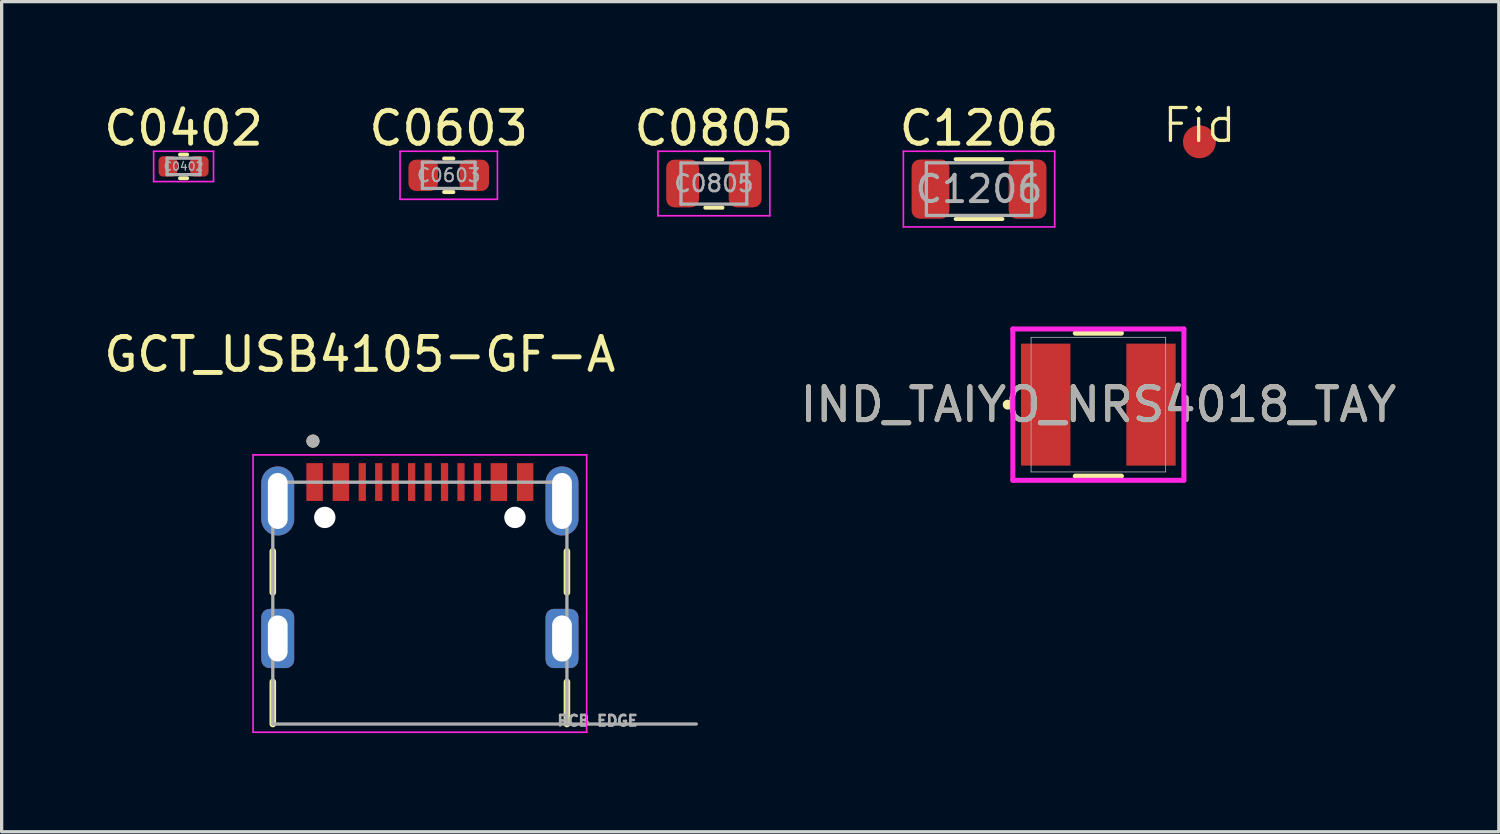
<source format=kicad_pcb>
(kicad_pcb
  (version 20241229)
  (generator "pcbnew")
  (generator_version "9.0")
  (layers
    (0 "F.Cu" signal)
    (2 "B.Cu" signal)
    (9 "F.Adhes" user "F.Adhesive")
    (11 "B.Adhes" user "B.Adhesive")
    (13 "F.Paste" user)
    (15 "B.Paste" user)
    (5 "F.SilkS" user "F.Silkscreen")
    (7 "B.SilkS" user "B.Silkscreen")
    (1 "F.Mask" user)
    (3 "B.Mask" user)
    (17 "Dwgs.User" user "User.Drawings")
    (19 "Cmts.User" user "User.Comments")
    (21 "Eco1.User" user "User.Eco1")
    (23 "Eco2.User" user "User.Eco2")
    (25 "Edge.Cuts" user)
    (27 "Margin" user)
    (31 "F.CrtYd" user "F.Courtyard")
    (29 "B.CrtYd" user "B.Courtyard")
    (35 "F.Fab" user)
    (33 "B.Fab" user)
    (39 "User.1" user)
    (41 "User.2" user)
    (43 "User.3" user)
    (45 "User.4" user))
  (footprint "C1206"
    (layer "F.Cu")
    (at 26.708 2.698)
    (property "Reference" "C1206" (at 0 -1.85 0) (layer "F.SilkS") (effects (font (size 1 1) (thickness 0.15))))
    (attr smd)
    (fp_line (start -0.711 -0.91) (end 0.711 -0.91) (stroke (width 0.12) (type solid)) (layer "F.SilkS"))
    (fp_line (start -0.711 0.91) (end 0.711 0.91) (stroke (width 0.12) (type solid)) (layer "F.SilkS"))
    (fp_line (start -2.3 -1.15) (end 2.3 -1.15) (stroke (width 0.05) (type solid)) (layer "F.CrtYd"))
    (fp_line (start -2.3 1.15) (end -2.3 -1.15) (stroke (width 0.05) (type solid)) (layer "F.CrtYd"))
    (fp_line (start 2.3 -1.15) (end 2.3 1.15) (stroke (width 0.05) (type solid)) (layer "F.CrtYd"))
    (fp_line (start 2.3 1.15) (end -2.3 1.15) (stroke (width 0.05) (type solid)) (layer "F.CrtYd"))
    (fp_line (start -1.6 -0.8) (end 1.6 -0.8) (stroke (width 0.1) (type solid)) (layer "F.Fab"))
    (fp_line (start -1.6 0.8) (end -1.6 -0.8) (stroke (width 0.1) (type solid)) (layer "F.Fab"))
    (fp_line (start 1.6 -0.8) (end 1.6 0.8) (stroke (width 0.1) (type solid)) (layer "F.Fab"))
    (fp_line (start 1.6 0.8) (end -1.6 0.8) (stroke (width 0.1) (type solid)) (layer "F.Fab"))
    (fp_text user "${REFERENCE}" (at 0 0 0) (layer "F.Fab") (effects (font (size 0.8 0.8) (thickness 0.12))))
    (pad "1" smd roundrect (at -1.475 0) (size 1.15 1.8) (layers "F.Cu" "F.Mask" "F.Paste") (roundrect_rratio 0.217))
    (pad "2" smd roundrect (at 1.475 0) (size 1.15 1.8) (layers "F.Cu" "F.Mask" "F.Paste") (roundrect_rratio 0.217)))
  (footprint "C0805"
    (layer "F.Cu")
    (at 18.649 2.528)
    (property "Reference" "C0805" (at 0 -1.68 0) (layer "F.SilkS") (effects (font (size 1 1) (thickness 0.15))))
    (attr smd)
    (fp_line (start -0.261 -0.735) (end 0.261 -0.735) (stroke (width 0.12) (type solid)) (layer "F.SilkS"))
    (fp_line (start -0.261 0.735) (end 0.261 0.735) (stroke (width 0.12) (type solid)) (layer "F.SilkS"))
    (fp_line (start -1.7 -0.98) (end 1.7 -0.98) (stroke (width 0.05) (type solid)) (layer "F.CrtYd"))
    (fp_line (start -1.7 0.98) (end -1.7 -0.98) (stroke (width 0.05) (type solid)) (layer "F.CrtYd"))
    (fp_line (start 1.7 -0.98) (end 1.7 0.98) (stroke (width 0.05) (type solid)) (layer "F.CrtYd"))
    (fp_line (start 1.7 0.98) (end -1.7 0.98) (stroke (width 0.05) (type solid)) (layer "F.CrtYd"))
    (fp_line (start -1 -0.625) (end 1 -0.625) (stroke (width 0.1) (type solid)) (layer "F.Fab"))
    (fp_line (start -1 0.625) (end -1 -0.625) (stroke (width 0.1) (type solid)) (layer "F.Fab"))
    (fp_line (start 1 -0.625) (end 1 0.625) (stroke (width 0.1) (type solid)) (layer "F.Fab"))
    (fp_line (start 1 0.625) (end -1 0.625) (stroke (width 0.1) (type solid)) (layer "F.Fab"))
    (fp_text user "${REFERENCE}" (at 0 0 0) (layer "F.Fab") (effects (font (size 0.5 0.5) (thickness 0.08))))
    (pad "1" smd roundrect (at -0.95 0) (size 1 1.45) (layers "F.Cu" "F.Mask" "F.Paste") (roundrect_rratio 0.25))
    (pad "2" smd roundrect (at 0.95 0) (size 1 1.45) (layers "F.Cu" "F.Mask" "F.Paste") (roundrect_rratio 0.25)))
  (footprint "C0603"
    (layer "F.Cu")
    (at 10.589 2.278)
    (property "Reference" "C0603" (at 0 -1.43 0) (layer "F.SilkS") (effects (font (size 1 1) (thickness 0.15))))
    (attr smd)
    (fp_line (start -0.141 -0.51) (end 0.141 -0.51) (stroke (width 0.12) (type solid)) (layer "F.SilkS"))
    (fp_line (start -0.141 0.51) (end 0.141 0.51) (stroke (width 0.12) (type solid)) (layer "F.SilkS"))
    (fp_line (start -1.48 -0.73) (end 1.48 -0.73) (stroke (width 0.05) (type solid)) (layer "F.CrtYd"))
    (fp_line (start -1.48 0.73) (end -1.48 -0.73) (stroke (width 0.05) (type solid)) (layer "F.CrtYd"))
    (fp_line (start 1.48 -0.73) (end 1.48 0.73) (stroke (width 0.05) (type solid)) (layer "F.CrtYd"))
    (fp_line (start 1.48 0.73) (end -1.48 0.73) (stroke (width 0.05) (type solid)) (layer "F.CrtYd"))
    (fp_line (start -0.8 -0.4) (end 0.8 -0.4) (stroke (width 0.1) (type solid)) (layer "F.Fab"))
    (fp_line (start -0.8 0.4) (end -0.8 -0.4) (stroke (width 0.1) (type solid)) (layer "F.Fab"))
    (fp_line (start 0.8 -0.4) (end 0.8 0.4) (stroke (width 0.1) (type solid)) (layer "F.Fab"))
    (fp_line (start 0.8 0.4) (end -0.8 0.4) (stroke (width 0.1) (type solid)) (layer "F.Fab"))
    (fp_text user "${REFERENCE}" (at 0 0 0) (layer "F.Fab") (effects (font (size 0.4 0.4) (thickness 0.06))))
    (pad "1" smd roundrect (at -0.775 0) (size 0.9 0.95) (layers "F.Cu" "F.Mask" "F.Paste") (roundrect_rratio 0.25))
    (pad "2" smd roundrect (at 0.775 0) (size 0.9 0.95) (layers "F.Cu" "F.Mask" "F.Paste") (roundrect_rratio 0.25)))
  (footprint "C0402"
    (layer "F.Cu")
    (at 2.53 2.008)
    (property "Reference" "C0402" (at 0 -1.16 0) (layer "F.SilkS") (effects (font (size 1 1) (thickness 0.15))))
    (attr smd)
    (fp_line (start -0.108 -0.36) (end 0.108 -0.36) (stroke (width 0.12) (type solid)) (layer "F.SilkS"))
    (fp_line (start -0.108 0.36) (end 0.108 0.36) (stroke (width 0.12) (type solid)) (layer "F.SilkS"))
    (fp_line (start -0.91 -0.46) (end 0.91 -0.46) (stroke (width 0.05) (type solid)) (layer "F.CrtYd"))
    (fp_line (start -0.91 0.46) (end -0.91 -0.46) (stroke (width 0.05) (type solid)) (layer "F.CrtYd"))
    (fp_line (start 0.91 -0.46) (end 0.91 0.46) (stroke (width 0.05) (type solid)) (layer "F.CrtYd"))
    (fp_line (start 0.91 0.46) (end -0.91 0.46) (stroke (width 0.05) (type solid)) (layer "F.CrtYd"))
    (fp_line (start -0.5 -0.25) (end 0.5 -0.25) (stroke (width 0.1) (type solid)) (layer "F.Fab"))
    (fp_line (start -0.5 0.25) (end -0.5 -0.25) (stroke (width 0.1) (type solid)) (layer "F.Fab"))
    (fp_line (start 0.5 -0.25) (end 0.5 0.25) (stroke (width 0.1) (type solid)) (layer "F.Fab"))
    (fp_line (start 0.5 0.25) (end -0.5 0.25) (stroke (width 0.1) (type solid)) (layer "F.Fab"))
    (fp_text user "${REFERENCE}" (at 0 0 0) (layer "F.Fab") (effects (font (size 0.25 0.25) (thickness 0.04))))
    (pad "1" smd roundrect (at -0.48 0) (size 0.56 0.62) (layers "F.Cu" "F.Mask" "F.Paste") (roundrect_rratio 0.25))
    (pad "2" smd roundrect (at 0.48 0) (size 0.56 0.62) (layers "F.Cu" "F.Mask" "F.Paste") (roundrect_rratio 0.25)))
  (footprint "Fid"
    (layer "F.Cu")
    (at 33.407 1.26)
    (property "Reference" "Fid" (at 0 -0.5 0) (unlocked yes) (layer "F.SilkS") (effects (font (size 1 1) (thickness 0.1))))
    (attr smd)
    (pad "1" smd circle (at 0 0) (size 1 1) (property pad_prop_fiducial_glob) (layers "F.Cu" "F.Mask")))
  (footprint "GCT_USB4105-GF-A"
    (layer "F.Cu")
    (at 9.712 16.357)
    (property "Reference" "GCT_USB4105-GF-A" (at -1.825 -8.635 0) (layer "F.SilkS") (effects (font (size 1 1) (thickness 0.15))))
    (attr smd)
    (fp_line (start -4.47 -2.65) (end -4.47 -1.4) (stroke (width 0.2) (type solid)) (layer "F.SilkS"))
    (fp_line (start -4.47 1.32) (end -4.47 2.6) (stroke (width 0.2) (type solid)) (layer "F.SilkS"))
    (fp_line (start 4.47 -2.65) (end 4.47 -1.4) (stroke (width 0.2) (type solid)) (layer "F.SilkS"))
    (fp_line (start 4.47 2.6) (end 4.47 1.32) (stroke (width 0.2) (type solid)) (layer "F.SilkS"))
    (fp_circle (center -3.25 -6) (end -3.15 -6) (stroke (width 0.2) (type solid)) (fill no) (layer "F.SilkS"))
    (fp_line (start -5.07 -5.58) (end -5.07 2.85) (stroke (width 0.05) (type solid)) (layer "F.CrtYd"))
    (fp_line (start -5.07 2.85) (end 5.07 2.85) (stroke (width 0.05) (type solid)) (layer "F.CrtYd"))
    (fp_line (start 5.07 -5.58) (end -5.07 -5.58) (stroke (width 0.05) (type solid)) (layer "F.CrtYd"))
    (fp_line (start 5.07 2.85) (end 5.07 -5.58) (stroke (width 0.05) (type solid)) (layer "F.CrtYd"))
    (fp_line (start -4.47 -4.75) (end 4.47 -4.75) (stroke (width 0.1) (type solid)) (layer "F.Fab"))
    (fp_line (start -4.47 2.6) (end -4.47 -4.75) (stroke (width 0.1) (type solid)) (layer "F.Fab"))
    (fp_line (start 4.47 -4.75) (end 4.47 2.6) (stroke (width 0.1) (type solid)) (layer "F.Fab"))
    (fp_line (start 4.47 2.6) (end -4.47 2.6) (stroke (width 0.1) (type solid)) (layer "F.Fab"))
    (fp_line (start 4.47 2.6) (end 8.4 2.6) (stroke (width 0.1) (type solid)) (layer "F.Fab"))
    (fp_circle (center -3.25 -6) (end -3.15 -6) (stroke (width 0.2) (type solid)) (fill no) (layer "F.Fab"))
    (fp_text user "PCB EDGE" (at 5.4 2.5 0) (layer "F.Fab") (effects (font (size 0.32 0.32) (thickness 0.08))))
    (pad "" np_thru_hole circle (at -2.89 -3.68) (size 0.65 0.65) (drill 0.65) (layers "*.Cu" "*.Mask"))
    (pad "" np_thru_hole circle (at 2.89 -3.68) (size 0.65 0.65) (drill 0.65) (layers "*.Cu" "*.Mask"))
    (pad "A1_B12" smd rect (at -3.2 -4.755) (size 0.5 1.15) (layers "F.Cu" "F.Mask" "F.Paste"))
    (pad "A4_B9" smd rect (at -2.4 -4.755) (size 0.5 1.15) (layers "F.Cu" "F.Mask" "F.Paste"))
    (pad "A5" smd rect (at -1.25 -4.755) (size 0.22 1.15) (layers "F.Cu" "F.Mask" "F.Paste"))
    (pad "A6" smd rect (at -0.25 -4.755) (size 0.22 1.15) (layers "F.Cu" "F.Mask" "F.Paste"))
    (pad "A7" smd rect (at 0.25 -4.755) (size 0.22 1.15) (layers "F.Cu" "F.Mask" "F.Paste"))
    (pad "A8" smd rect (at 1.25 -4.755) (size 0.22 1.15) (layers "F.Cu" "F.Mask" "F.Paste"))
    (pad "B1_A12" smd rect (at 3.2 -4.755) (size 0.5 1.15) (layers "F.Cu" "F.Mask" "F.Paste"))
    (pad "B4_A9" smd rect (at 2.4 -4.755) (size 0.5 1.15) (layers "F.Cu" "F.Mask" "F.Paste"))
    (pad "B5" smd rect (at 1.75 -4.755) (size 0.22 1.15) (layers "F.Cu" "F.Mask" "F.Paste"))
    (pad "B6" smd rect (at 0.75 -4.755) (size 0.22 1.15) (layers "F.Cu" "F.Mask" "F.Paste"))
    (pad "B7" smd rect (at -0.75 -4.755) (size 0.22 1.15) (layers "F.Cu" "F.Mask" "F.Paste"))
    (pad "B8" smd rect (at -1.75 -4.755) (size 0.22 1.15) (layers "F.Cu" "F.Mask" "F.Paste"))
    (pad "SH1" thru_hole oval (at -4.32 -4.18) (size 1 2.1) (drill oval 0.6 1.7) (layers "*.Cu" "*.Mask"))
    (pad "SH2" thru_hole oval (at 4.32 -4.18) (size 1 2.1) (drill oval 0.6 1.7) (layers "*.Cu" "*.Mask"))
    (pad "SH3" thru_hole roundrect (at -4.32 0) (size 1 1.8) (drill oval 0.6 1.4) (layers "*.Cu" "*.Mask") (roundrect_rratio 0.25))
    (pad "SH4" thru_hole roundrect (at 4.32 0) (size 1 1.8) (drill oval 0.6 1.4) (layers "*.Cu" "*.Mask") (roundrect_rratio 0.25)))
  (footprint "IND_TAIYO_NRS4018_TAY"
    (layer "F.Cu")
    (at 30.335 9.249)
    (property "Reference" "IND_TAIYO_NRS4018_TAY" (at 0 0 0) (unlocked yes) (layer "F.SilkS") (effects (font (size 1 1) (thickness 0.15))))
    (attr smd)
    (fp_line (start -0.701 2.172) (end 0.701 2.172) (stroke (width 0.152) (type solid)) (layer "F.SilkS"))
    (fp_line (start 0.701 -2.172) (end -0.701 -2.172) (stroke (width 0.152) (type solid)) (layer "F.SilkS"))
    (fp_circle (center -2.756 0) (end -2.68 0) (stroke (width 0.152) (type solid)) (fill no) (layer "F.SilkS"))
    (fp_line (start -2.6 -2.3) (end 2.6 -2.3) (stroke (width 0.152) (type solid)) (layer "F.CrtYd"))
    (fp_line (start -2.6 2.3) (end -2.6 -2.3) (stroke (width 0.152) (type solid)) (layer "F.CrtYd"))
    (fp_line (start 2.6 -2.3) (end 2.6 2.299) (stroke (width 0.152) (type solid)) (layer "F.CrtYd"))
    (fp_line (start 2.6 2.299) (end -2.6 2.3) (stroke (width 0.152) (type solid)) (layer "F.CrtYd"))
    (fp_line (start -2.045 -2.045) (end -2.045 2.045) (stroke (width 0.025) (type solid)) (layer "F.Fab"))
    (fp_line (start -2.045 2.045) (end 2.045 2.045) (stroke (width 0.025) (type solid)) (layer "F.Fab"))
    (fp_line (start 2.045 -2.045) (end -2.045 -2.045) (stroke (width 0.025) (type solid)) (layer "F.Fab"))
    (fp_line (start 2.045 2.045) (end 2.045 -2.045) (stroke (width 0.025) (type solid)) (layer "F.Fab"))
    (fp_circle (center -1.968 0) (end -1.892 0) (stroke (width 0.025) (type solid)) (fill no) (layer "F.Fab"))
    (fp_text user "${REFERENCE}" (at 0 0 0) (unlocked yes) (layer "F.Fab") (effects (font (size 1 1) (thickness 0.15))))
    (pad "1" smd rect (at -1.6 0) (size 1.5 3.708) (layers "F.Cu" "F.Mask" "F.Paste"))
    (pad "2" smd rect (at 1.6 0) (size 1.5 3.708) (layers "F.Cu" "F.Mask" "F.Paste"))
    (zone (net_name "") (layer "F.Cu") (hatch full 0.508) (connect_pads) (min_thickness 0.254) (filled_areas_thickness no) (keepout (tracks not_allowed) (vias not_allowed) (pads allowed) (copperpour not_allowed) (footprints allowed)) (placement (enabled no)) (fill) (polygon (pts (xy 29.585 7.256) (xy 31.084 7.256) (xy 31.084 11.243) (xy 29.585 11.243)))))
  (gr_rect
    (start -3 -3)
    (end 42.507 22.232)
    (stroke (width 0.1) (type default))
    (fill no)
    (layer "Edge.Cuts")))
</source>
